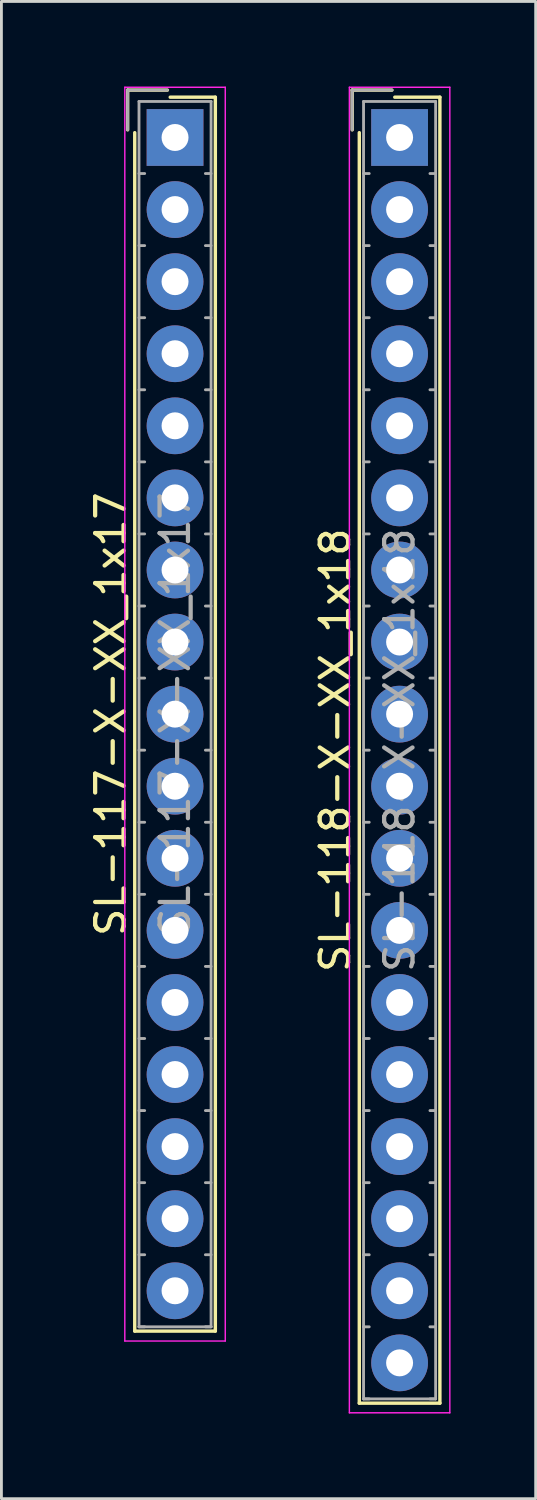
<source format=kicad_pcb>
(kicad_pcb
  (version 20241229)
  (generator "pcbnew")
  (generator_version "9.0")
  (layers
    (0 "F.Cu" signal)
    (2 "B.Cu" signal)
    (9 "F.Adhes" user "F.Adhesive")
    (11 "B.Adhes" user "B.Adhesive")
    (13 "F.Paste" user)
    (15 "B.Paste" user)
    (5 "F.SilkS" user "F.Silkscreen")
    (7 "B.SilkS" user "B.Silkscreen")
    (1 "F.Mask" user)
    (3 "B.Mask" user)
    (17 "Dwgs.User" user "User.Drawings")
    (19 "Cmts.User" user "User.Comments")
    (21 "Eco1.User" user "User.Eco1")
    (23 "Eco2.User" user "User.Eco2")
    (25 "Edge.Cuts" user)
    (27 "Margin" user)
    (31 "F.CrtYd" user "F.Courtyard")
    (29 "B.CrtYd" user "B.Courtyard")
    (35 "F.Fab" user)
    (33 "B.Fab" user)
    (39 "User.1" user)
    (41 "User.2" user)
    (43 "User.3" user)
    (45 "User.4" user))
  (footprint "SL-118-X-XX_1x18"
    (layer "F.Cu")
    (at 11.031 1.795)
    (property "Reference" "SL-118-X-XX_1x18" (at -2.27 21.59 90) (layer "F.SilkS") (effects (font (size 1 1) (thickness 0.15))))
    (attr through_hole)
    (fp_line (start -1.67 -1.67) (end -1.67 -0.27) (stroke (width 0.12) (type solid)) (layer "F.SilkS"))
    (fp_line (start -1.42 44.6) (end -1.42 -0.17) (stroke (width 0.12) (type solid)) (layer "F.SilkS"))
    (fp_line (start -0.27 -1.67) (end -1.67 -1.67) (stroke (width 0.12) (type solid)) (layer "F.SilkS"))
    (fp_line (start -0.17 -1.42) (end 1.42 -1.42) (stroke (width 0.12) (type solid)) (layer "F.SilkS"))
    (fp_line (start 1.42 -1.42) (end 1.42 44.6) (stroke (width 0.12) (type solid)) (layer "F.SilkS"))
    (fp_line (start 1.42 44.6) (end -1.42 44.6) (stroke (width 0.12) (type solid)) (layer "F.SilkS"))
    (fp_line (start -1.77 -1.77) (end -1.77 44.94) (stroke (width 0.05) (type solid)) (layer "F.CrtYd"))
    (fp_line (start -1.77 44.94) (end 1.77 44.94) (stroke (width 0.05) (type solid)) (layer "F.CrtYd"))
    (fp_line (start 1.77 -1.77) (end -1.77 -1.77) (stroke (width 0.05) (type solid)) (layer "F.CrtYd"))
    (fp_line (start 1.77 44.94) (end 1.77 -1.77) (stroke (width 0.05) (type solid)) (layer "F.CrtYd"))
    (fp_line (start -1.67 -1.67) (end -1.67 -0.27) (stroke (width 0.1) (type solid)) (layer "F.Fab"))
    (fp_line (start -1.27 -1.27) (end -1.27 44.45) (stroke (width 0.1) (type solid)) (layer "F.Fab"))
    (fp_line (start -1.27 1.27) (end -1.07 1.27) (stroke (width 0.1) (type solid)) (layer "F.Fab"))
    (fp_line (start -1.27 3.81) (end -1.07 3.81) (stroke (width 0.1) (type solid)) (layer "F.Fab"))
    (fp_line (start -1.27 6.35) (end -1.07 6.35) (stroke (width 0.1) (type solid)) (layer "F.Fab"))
    (fp_line (start -1.27 8.89) (end -1.07 8.89) (stroke (width 0.1) (type solid)) (layer "F.Fab"))
    (fp_line (start -1.27 11.43) (end -1.07 11.43) (stroke (width 0.1) (type solid)) (layer "F.Fab"))
    (fp_line (start -1.27 13.97) (end -1.07 13.97) (stroke (width 0.1) (type solid)) (layer "F.Fab"))
    (fp_line (start -1.27 16.51) (end -1.07 16.51) (stroke (width 0.1) (type solid)) (layer "F.Fab"))
    (fp_line (start -1.27 19.05) (end -1.07 19.05) (stroke (width 0.1) (type solid)) (layer "F.Fab"))
    (fp_line (start -1.27 21.59) (end -1.07 21.59) (stroke (width 0.1) (type solid)) (layer "F.Fab"))
    (fp_line (start -1.27 24.13) (end -1.07 24.13) (stroke (width 0.1) (type solid)) (layer "F.Fab"))
    (fp_line (start -1.27 26.67) (end -1.07 26.67) (stroke (width 0.1) (type solid)) (layer "F.Fab"))
    (fp_line (start -1.27 29.21) (end -1.07 29.21) (stroke (width 0.1) (type solid)) (layer "F.Fab"))
    (fp_line (start -1.27 31.75) (end -1.07 31.75) (stroke (width 0.1) (type solid)) (layer "F.Fab"))
    (fp_line (start -1.27 34.29) (end -1.07 34.29) (stroke (width 0.1) (type solid)) (layer "F.Fab"))
    (fp_line (start -1.27 36.83) (end -1.07 36.83) (stroke (width 0.1) (type solid)) (layer "F.Fab"))
    (fp_line (start -1.27 39.37) (end -1.07 39.37) (stroke (width 0.1) (type solid)) (layer "F.Fab"))
    (fp_line (start -1.27 41.91) (end -1.07 41.91) (stroke (width 0.1) (type solid)) (layer "F.Fab"))
    (fp_line (start -1.27 44.45) (end -1.07 44.45) (stroke (width 0.1) (type solid)) (layer "F.Fab"))
    (fp_line (start -1.27 44.45) (end 1.27 44.45) (stroke (width 0.1) (type solid)) (layer "F.Fab"))
    (fp_line (start -0.27 -1.67) (end -1.67 -1.67) (stroke (width 0.1) (type solid)) (layer "F.Fab"))
    (fp_line (start 1.27 -1.27) (end -1.27 -1.27) (stroke (width 0.1) (type solid)) (layer "F.Fab"))
    (fp_line (start 1.27 1.27) (end 1.07 1.27) (stroke (width 0.1) (type solid)) (layer "F.Fab"))
    (fp_line (start 1.27 3.81) (end 1.07 3.81) (stroke (width 0.1) (type solid)) (layer "F.Fab"))
    (fp_line (start 1.27 6.35) (end 1.07 6.35) (stroke (width 0.1) (type solid)) (layer "F.Fab"))
    (fp_line (start 1.27 8.89) (end 1.07 8.89) (stroke (width 0.1) (type solid)) (layer "F.Fab"))
    (fp_line (start 1.27 11.43) (end 1.07 11.43) (stroke (width 0.1) (type solid)) (layer "F.Fab"))
    (fp_line (start 1.27 13.97) (end 1.07 13.97) (stroke (width 0.1) (type solid)) (layer "F.Fab"))
    (fp_line (start 1.27 16.51) (end 1.07 16.51) (stroke (width 0.1) (type solid)) (layer "F.Fab"))
    (fp_line (start 1.27 19.05) (end 1.07 19.05) (stroke (width 0.1) (type solid)) (layer "F.Fab"))
    (fp_line (start 1.27 21.59) (end 1.07 21.59) (stroke (width 0.1) (type solid)) (layer "F.Fab"))
    (fp_line (start 1.27 24.13) (end 1.07 24.13) (stroke (width 0.1) (type solid)) (layer "F.Fab"))
    (fp_line (start 1.27 26.67) (end 1.07 26.67) (stroke (width 0.1) (type solid)) (layer "F.Fab"))
    (fp_line (start 1.27 29.21) (end 1.07 29.21) (stroke (width 0.1) (type solid)) (layer "F.Fab"))
    (fp_line (start 1.27 31.75) (end 1.07 31.75) (stroke (width 0.1) (type solid)) (layer "F.Fab"))
    (fp_line (start 1.27 34.29) (end 1.07 34.29) (stroke (width 0.1) (type solid)) (layer "F.Fab"))
    (fp_line (start 1.27 36.83) (end 1.07 36.83) (stroke (width 0.1) (type solid)) (layer "F.Fab"))
    (fp_line (start 1.27 39.37) (end 1.07 39.37) (stroke (width 0.1) (type solid)) (layer "F.Fab"))
    (fp_line (start 1.27 41.91) (end 1.07 41.91) (stroke (width 0.1) (type solid)) (layer "F.Fab"))
    (fp_line (start 1.27 44.45) (end 1.07 44.45) (stroke (width 0.1) (type solid)) (layer "F.Fab"))
    (fp_line (start 1.27 44.45) (end 1.27 -1.27) (stroke (width 0.1) (type solid)) (layer "F.Fab"))
    (fp_text user "${REFERENCE}" (at 0 21.59 90) (layer "F.Fab") (effects (font (size 1 1) (thickness 0.15))))
    (pad "1" thru_hole rect (at 0 0) (size 2 2) (drill 0.95) (layers "*.Cu" "*.Mask"))
    (pad "2" thru_hole circle (at 0 2.54) (size 2 2) (drill 0.95) (layers "*.Cu" "*.Mask"))
    (pad "3" thru_hole circle (at 0 5.08) (size 2 2) (drill 0.95) (layers "*.Cu" "*.Mask"))
    (pad "4" thru_hole circle (at 0 7.62) (size 2 2) (drill 0.95) (layers "*.Cu" "*.Mask"))
    (pad "5" thru_hole circle (at 0 10.16) (size 2 2) (drill 0.95) (layers "*.Cu" "*.Mask"))
    (pad "6" thru_hole circle (at 0 12.7) (size 2 2) (drill 0.95) (layers "*.Cu" "*.Mask"))
    (pad "7" thru_hole circle (at 0 15.24) (size 2 2) (drill 0.95) (layers "*.Cu" "*.Mask"))
    (pad "8" thru_hole circle (at 0 17.78) (size 2 2) (drill 0.95) (layers "*.Cu" "*.Mask"))
    (pad "9" thru_hole circle (at 0 20.32) (size 2 2) (drill 0.95) (layers "*.Cu" "*.Mask"))
    (pad "10" thru_hole circle (at 0 22.86) (size 2 2) (drill 0.95) (layers "*.Cu" "*.Mask"))
    (pad "11" thru_hole circle (at 0 25.4) (size 2 2) (drill 0.95) (layers "*.Cu" "*.Mask"))
    (pad "12" thru_hole circle (at 0 27.94) (size 2 2) (drill 0.95) (layers "*.Cu" "*.Mask"))
    (pad "13" thru_hole circle (at 0 30.48) (size 2 2) (drill 0.95) (layers "*.Cu" "*.Mask"))
    (pad "14" thru_hole circle (at 0 33.02) (size 2 2) (drill 0.95) (layers "*.Cu" "*.Mask"))
    (pad "15" thru_hole circle (at 0 35.56) (size 2 2) (drill 0.95) (layers "*.Cu" "*.Mask"))
    (pad "16" thru_hole circle (at 0 38.1) (size 2 2) (drill 0.95) (layers "*.Cu" "*.Mask"))
    (pad "17" thru_hole circle (at 0 40.64) (size 2 2) (drill 0.95) (layers "*.Cu" "*.Mask"))
    (pad "18" thru_hole circle (at 0 43.18) (size 2 2) (drill 0.95) (layers "*.Cu" "*.Mask")))
  (footprint "SL-117-X-XX_1x17"
    (layer "F.Cu")
    (at 3.118 1.795)
    (property "Reference" "SL-117-X-XX_1x17" (at -2.27 20.32 90) (layer "F.SilkS") (effects (font (size 1 1) (thickness 0.15))))
    (attr through_hole)
    (fp_line (start -1.67 -1.67) (end -1.67 -0.27) (stroke (width 0.12) (type solid)) (layer "F.SilkS"))
    (fp_line (start -1.42 42.06) (end -1.42 -0.17) (stroke (width 0.12) (type solid)) (layer "F.SilkS"))
    (fp_line (start -0.27 -1.67) (end -1.67 -1.67) (stroke (width 0.12) (type solid)) (layer "F.SilkS"))
    (fp_line (start -0.17 -1.42) (end 1.42 -1.42) (stroke (width 0.12) (type solid)) (layer "F.SilkS"))
    (fp_line (start 1.42 -1.42) (end 1.42 42.06) (stroke (width 0.12) (type solid)) (layer "F.SilkS"))
    (fp_line (start 1.42 42.06) (end -1.42 42.06) (stroke (width 0.12) (type solid)) (layer "F.SilkS"))
    (fp_line (start -1.77 -1.77) (end -1.77 42.41) (stroke (width 0.05) (type solid)) (layer "F.CrtYd"))
    (fp_line (start -1.77 42.41) (end 1.77 42.41) (stroke (width 0.05) (type solid)) (layer "F.CrtYd"))
    (fp_line (start 1.77 -1.77) (end -1.77 -1.77) (stroke (width 0.05) (type solid)) (layer "F.CrtYd"))
    (fp_line (start 1.77 42.41) (end 1.77 -1.77) (stroke (width 0.05) (type solid)) (layer "F.CrtYd"))
    (fp_line (start -1.67 -1.67) (end -1.67 -0.27) (stroke (width 0.1) (type solid)) (layer "F.Fab"))
    (fp_line (start -1.27 -1.27) (end -1.27 41.91) (stroke (width 0.1) (type solid)) (layer "F.Fab"))
    (fp_line (start -1.27 1.27) (end -1.07 1.27) (stroke (width 0.1) (type solid)) (layer "F.Fab"))
    (fp_line (start -1.27 3.81) (end -1.07 3.81) (stroke (width 0.1) (type solid)) (layer "F.Fab"))
    (fp_line (start -1.27 6.35) (end -1.07 6.35) (stroke (width 0.1) (type solid)) (layer "F.Fab"))
    (fp_line (start -1.27 8.89) (end -1.07 8.89) (stroke (width 0.1) (type solid)) (layer "F.Fab"))
    (fp_line (start -1.27 11.43) (end -1.07 11.43) (stroke (width 0.1) (type solid)) (layer "F.Fab"))
    (fp_line (start -1.27 13.97) (end -1.07 13.97) (stroke (width 0.1) (type solid)) (layer "F.Fab"))
    (fp_line (start -1.27 16.51) (end -1.07 16.51) (stroke (width 0.1) (type solid)) (layer "F.Fab"))
    (fp_line (start -1.27 19.05) (end -1.07 19.05) (stroke (width 0.1) (type solid)) (layer "F.Fab"))
    (fp_line (start -1.27 21.59) (end -1.07 21.59) (stroke (width 0.1) (type solid)) (layer "F.Fab"))
    (fp_line (start -1.27 24.13) (end -1.07 24.13) (stroke (width 0.1) (type solid)) (layer "F.Fab"))
    (fp_line (start -1.27 26.67) (end -1.07 26.67) (stroke (width 0.1) (type solid)) (layer "F.Fab"))
    (fp_line (start -1.27 29.21) (end -1.07 29.21) (stroke (width 0.1) (type solid)) (layer "F.Fab"))
    (fp_line (start -1.27 31.75) (end -1.07 31.75) (stroke (width 0.1) (type solid)) (layer "F.Fab"))
    (fp_line (start -1.27 34.29) (end -1.07 34.29) (stroke (width 0.1) (type solid)) (layer "F.Fab"))
    (fp_line (start -1.27 36.83) (end -1.07 36.83) (stroke (width 0.1) (type solid)) (layer "F.Fab"))
    (fp_line (start -1.27 39.37) (end -1.07 39.37) (stroke (width 0.1) (type solid)) (layer "F.Fab"))
    (fp_line (start -1.27 41.91) (end -1.07 41.91) (stroke (width 0.1) (type solid)) (layer "F.Fab"))
    (fp_line (start -1.27 41.91) (end 1.27 41.91) (stroke (width 0.1) (type solid)) (layer "F.Fab"))
    (fp_line (start -0.27 -1.67) (end -1.67 -1.67) (stroke (width 0.1) (type solid)) (layer "F.Fab"))
    (fp_line (start 1.27 -1.27) (end -1.27 -1.27) (stroke (width 0.1) (type solid)) (layer "F.Fab"))
    (fp_line (start 1.27 1.27) (end 1.07 1.27) (stroke (width 0.1) (type solid)) (layer "F.Fab"))
    (fp_line (start 1.27 3.81) (end 1.07 3.81) (stroke (width 0.1) (type solid)) (layer "F.Fab"))
    (fp_line (start 1.27 6.35) (end 1.07 6.35) (stroke (width 0.1) (type solid)) (layer "F.Fab"))
    (fp_line (start 1.27 8.89) (end 1.07 8.89) (stroke (width 0.1) (type solid)) (layer "F.Fab"))
    (fp_line (start 1.27 11.43) (end 1.07 11.43) (stroke (width 0.1) (type solid)) (layer "F.Fab"))
    (fp_line (start 1.27 13.97) (end 1.07 13.97) (stroke (width 0.1) (type solid)) (layer "F.Fab"))
    (fp_line (start 1.27 16.51) (end 1.07 16.51) (stroke (width 0.1) (type solid)) (layer "F.Fab"))
    (fp_line (start 1.27 19.05) (end 1.07 19.05) (stroke (width 0.1) (type solid)) (layer "F.Fab"))
    (fp_line (start 1.27 21.59) (end 1.07 21.59) (stroke (width 0.1) (type solid)) (layer "F.Fab"))
    (fp_line (start 1.27 24.13) (end 1.07 24.13) (stroke (width 0.1) (type solid)) (layer "F.Fab"))
    (fp_line (start 1.27 26.67) (end 1.07 26.67) (stroke (width 0.1) (type solid)) (layer "F.Fab"))
    (fp_line (start 1.27 29.21) (end 1.07 29.21) (stroke (width 0.1) (type solid)) (layer "F.Fab"))
    (fp_line (start 1.27 31.75) (end 1.07 31.75) (stroke (width 0.1) (type solid)) (layer "F.Fab"))
    (fp_line (start 1.27 34.29) (end 1.07 34.29) (stroke (width 0.1) (type solid)) (layer "F.Fab"))
    (fp_line (start 1.27 36.83) (end 1.07 36.83) (stroke (width 0.1) (type solid)) (layer "F.Fab"))
    (fp_line (start 1.27 39.37) (end 1.07 39.37) (stroke (width 0.1) (type solid)) (layer "F.Fab"))
    (fp_line (start 1.27 41.91) (end 1.07 41.91) (stroke (width 0.1) (type solid)) (layer "F.Fab"))
    (fp_line (start 1.27 41.91) (end 1.27 -1.27) (stroke (width 0.1) (type solid)) (layer "F.Fab"))
    (fp_text user "${REFERENCE}" (at 0 20.32 90) (layer "F.Fab") (effects (font (size 1 1) (thickness 0.15))))
    (pad "1" thru_hole rect (at 0 0) (size 2 2) (drill 0.95) (layers "*.Cu" "*.Mask"))
    (pad "2" thru_hole circle (at 0 2.54) (size 2 2) (drill 0.95) (layers "*.Cu" "*.Mask"))
    (pad "3" thru_hole circle (at 0 5.08) (size 2 2) (drill 0.95) (layers "*.Cu" "*.Mask"))
    (pad "4" thru_hole circle (at 0 7.62) (size 2 2) (drill 0.95) (layers "*.Cu" "*.Mask"))
    (pad "5" thru_hole circle (at 0 10.16) (size 2 2) (drill 0.95) (layers "*.Cu" "*.Mask"))
    (pad "6" thru_hole circle (at 0 12.7) (size 2 2) (drill 0.95) (layers "*.Cu" "*.Mask"))
    (pad "7" thru_hole circle (at 0 15.24) (size 2 2) (drill 0.95) (layers "*.Cu" "*.Mask"))
    (pad "8" thru_hole circle (at 0 17.78) (size 2 2) (drill 0.95) (layers "*.Cu" "*.Mask"))
    (pad "9" thru_hole circle (at 0 20.32) (size 2 2) (drill 0.95) (layers "*.Cu" "*.Mask"))
    (pad "10" thru_hole circle (at 0 22.86) (size 2 2) (drill 0.95) (layers "*.Cu" "*.Mask"))
    (pad "11" thru_hole circle (at 0 25.4) (size 2 2) (drill 0.95) (layers "*.Cu" "*.Mask"))
    (pad "12" thru_hole circle (at 0 27.94) (size 2 2) (drill 0.95) (layers "*.Cu" "*.Mask"))
    (pad "13" thru_hole circle (at 0 30.48) (size 2 2) (drill 0.95) (layers "*.Cu" "*.Mask"))
    (pad "14" thru_hole circle (at 0 33.02) (size 2 2) (drill 0.95) (layers "*.Cu" "*.Mask"))
    (pad "15" thru_hole circle (at 0 35.56) (size 2 2) (drill 0.95) (layers "*.Cu" "*.Mask"))
    (pad "16" thru_hole circle (at 0 38.1) (size 2 2) (drill 0.95) (layers "*.Cu" "*.Mask"))
    (pad "17" thru_hole circle (at 0 40.64) (size 2 2) (drill 0.95) (layers "*.Cu" "*.Mask")))
  (gr_rect
    (start -3 -3)
    (end 15.826 49.76)
    (stroke (width 0.1) (type default))
    (fill no)
    (layer "Edge.Cuts")))
</source>
